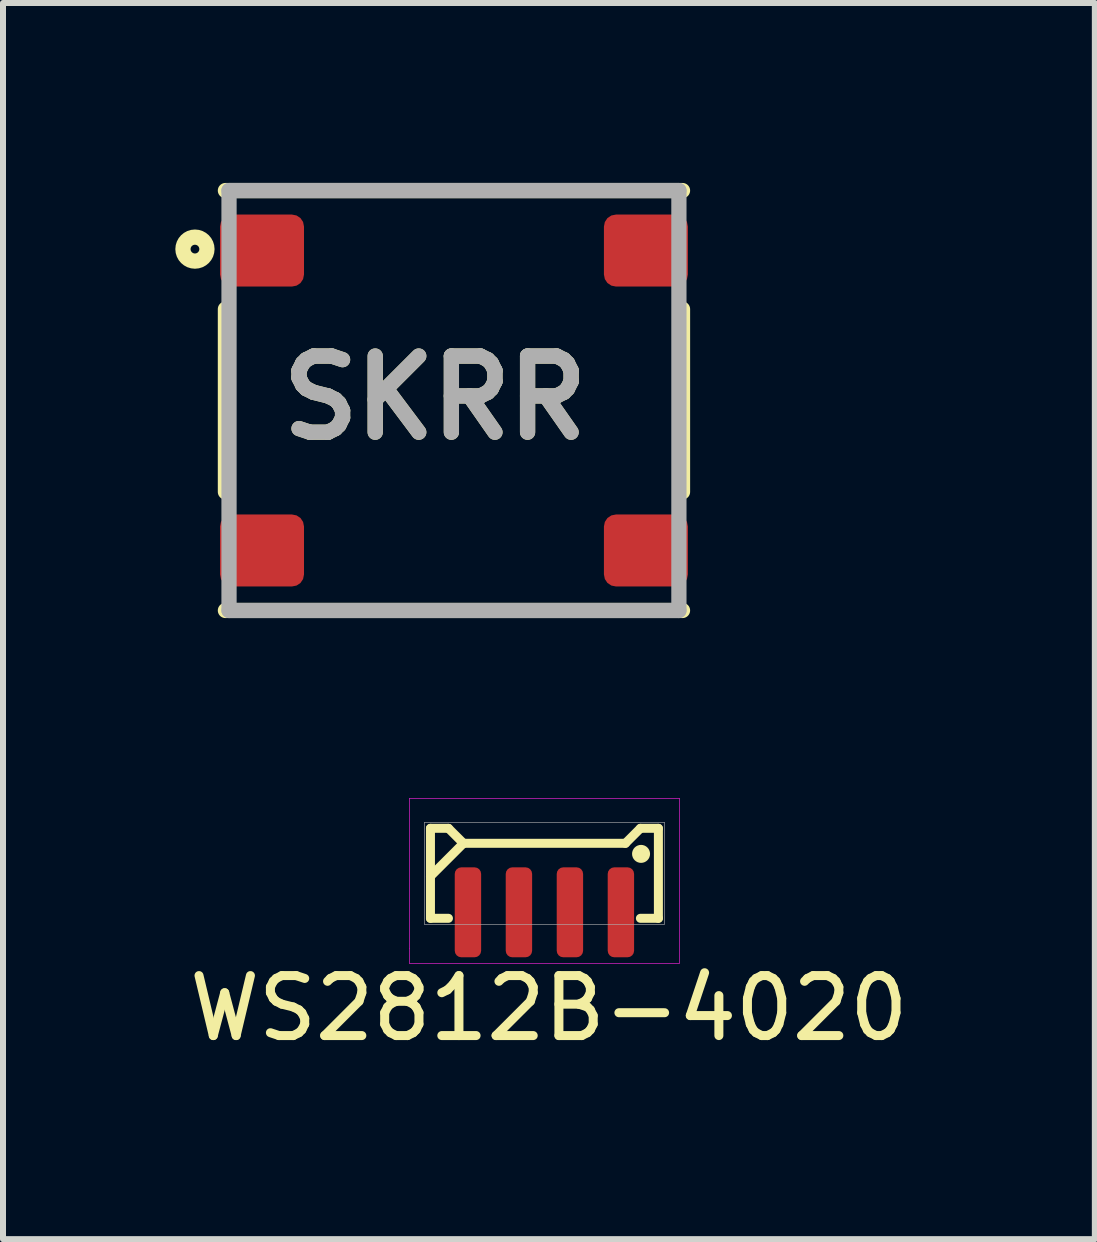
<source format=kicad_pcb>
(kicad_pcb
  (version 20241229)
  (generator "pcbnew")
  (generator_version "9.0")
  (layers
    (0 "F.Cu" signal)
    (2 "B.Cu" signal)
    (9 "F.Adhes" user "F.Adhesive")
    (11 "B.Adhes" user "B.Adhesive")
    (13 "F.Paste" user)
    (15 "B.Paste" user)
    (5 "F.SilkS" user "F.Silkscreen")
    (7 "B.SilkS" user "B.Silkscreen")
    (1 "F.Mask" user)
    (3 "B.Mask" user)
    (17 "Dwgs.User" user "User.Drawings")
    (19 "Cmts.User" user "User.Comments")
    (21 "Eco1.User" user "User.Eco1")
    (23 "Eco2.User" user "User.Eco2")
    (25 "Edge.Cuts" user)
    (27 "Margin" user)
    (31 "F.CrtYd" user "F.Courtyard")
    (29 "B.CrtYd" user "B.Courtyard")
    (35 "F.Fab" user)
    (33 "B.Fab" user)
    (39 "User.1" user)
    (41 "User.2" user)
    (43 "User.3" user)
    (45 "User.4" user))
  (footprint "SKRR"
    (layer "F.Cu")
    (at 4.518 3.627)
    (property "Reference" "SKRR" (at -0.315 -0.046 0) (layer "F.SilkS") (effects (font (size 1.27 1.27) (thickness 0.254))))
    (attr smd)
    (fp_line (start -3.81 1.524) (end -3.81 -1.524) (stroke (width 0.254) (type solid)) (layer "F.SilkS"))
    (fp_line (start -3.81 3.5) (end 3.81 3.5) (stroke (width 0.254) (type solid)) (layer "F.SilkS"))
    (fp_line (start 3.81 -3.5) (end -3.81 -3.5) (stroke (width 0.254) (type solid)) (layer "F.SilkS"))
    (fp_line (start 3.81 1.524) (end 3.81 -1.524) (stroke (width 0.254) (type solid)) (layer "F.SilkS"))
    (fp_circle (center -4.318 -2.524) (end -4.318 -2.451) (stroke (width 0.254) (type solid)) (fill no) (layer "F.SilkS"))
    (fp_line (start -3.75 -3.5) (end 3.75 -3.5) (stroke (width 0.254) (type solid)) (layer "F.Fab"))
    (fp_line (start -3.75 3.5) (end -3.75 -3.5) (stroke (width 0.254) (type solid)) (layer "F.Fab"))
    (fp_line (start 3.75 -3.5) (end 3.75 3.5) (stroke (width 0.254) (type solid)) (layer "F.Fab"))
    (fp_line (start 3.75 3.5) (end -3.75 3.5) (stroke (width 0.254) (type solid)) (layer "F.Fab"))
    (fp_text user "${REFERENCE}" (at -0.315 -0.046 0) (layer "F.Fab") (effects (font (size 1.27 1.27) (thickness 0.254))))
    (pad "1" smd roundrect (at -3.2 -2.5) (size 1.4 1.2) (layers "F.Cu" "F.Mask" "F.Paste") (roundrect_rratio 0.167))
    (pad "2" smd roundrect (at -3.2 2.5) (size 1.4 1.2) (layers "F.Cu" "F.Mask" "F.Paste") (roundrect_rratio 0.167))
    (pad "3" smd roundrect (at 3.2 -2.5) (size 1.4 1.2) (layers "F.Cu" "F.Mask" "F.Paste") (roundrect_rratio 0.167))
    (pad "4" smd roundrect (at 3.2 2.5) (size 1.4 1.2) (layers "F.Cu" "F.Mask" "F.Paste") (roundrect_rratio 0.167)))
  (footprint "WS2812B-4020"
    (layer "F.Cu")
    (at 6.026 11.509)
    (property "Reference" "WS2812B-4020" (at 0.075 2.25 0) (unlocked yes) (layer "F.SilkS") (effects (font (size 1 1) (thickness 0.15))))
    (attr smd)
    (fp_line (start -1.9 -0.75) (end -1.6 -0.75) (stroke (width 0.15) (type solid)) (layer "F.SilkS"))
    (fp_line (start -1.9 0.75) (end -1.9 -0.75) (stroke (width 0.15) (type solid)) (layer "F.SilkS"))
    (fp_line (start -1.9 0.75) (end -1.6 0.75) (stroke (width 0.15) (type solid)) (layer "F.SilkS"))
    (fp_line (start -1.6 -0.75) (end -1.35 -0.5) (stroke (width 0.15) (type solid)) (layer "F.SilkS"))
    (fp_line (start -1.35 -0.5) (end -1.9 0.05) (stroke (width 0.15) (type solid)) (layer "F.SilkS"))
    (fp_line (start -1.35 -0.5) (end 1.35 -0.5) (stroke (width 0.15) (type solid)) (layer "F.SilkS"))
    (fp_line (start 1.6 -0.75) (end 1.35 -0.5) (stroke (width 0.15) (type solid)) (layer "F.SilkS"))
    (fp_line (start 1.9 -0.75) (end 1.6 -0.75) (stroke (width 0.15) (type solid)) (layer "F.SilkS"))
    (fp_line (start 1.9 -0.75) (end 1.9 0.75) (stroke (width 0.15) (type solid)) (layer "F.SilkS"))
    (fp_line (start 1.9 0.75) (end 1.6 0.75) (stroke (width 0.15) (type solid)) (layer "F.SilkS"))
    (fp_circle (center 1.611 -0.324) (end 1.686 -0.324) (stroke (width 0.15) (type solid)) (fill no) (layer "F.SilkS"))
    (fp_line (start -2.25 -1.25) (end -2.25 1.25) (stroke (width 0.01) (type solid)) (layer "F.CrtYd"))
    (fp_line (start -2.25 1.25) (end -2.25 1.5) (stroke (width 0.01) (type solid)) (layer "F.CrtYd"))
    (fp_line (start -2.25 1.5) (end 2.25 1.5) (stroke (width 0.01) (type solid)) (layer "F.CrtYd"))
    (fp_line (start 2.25 -1.25) (end -2.25 -1.25) (stroke (width 0.01) (type solid)) (layer "F.CrtYd"))
    (fp_line (start 2.25 1.5) (end 2.25 -1.25) (stroke (width 0.01) (type solid)) (layer "F.CrtYd"))
    (fp_line (start -2 -0.85) (end -2 0.85) (stroke (width 0.01) (type solid)) (layer "F.Fab"))
    (fp_line (start -2 0.85) (end 2 0.85) (stroke (width 0.01) (type solid)) (layer "F.Fab"))
    (fp_line (start 2 -0.85) (end -2 -0.85) (stroke (width 0.01) (type solid)) (layer "F.Fab"))
    (fp_line (start 2 0.85) (end 2 -0.85) (stroke (width 0.01) (type solid)) (layer "F.Fab"))
    (pad "G" smd roundrect (at -1.275 0.65) (size 0.44 1.5) (layers "F.Cu" "F.Mask" "F.Paste") (roundrect_rratio 0.25))
    (pad "I" smd roundrect (at 1.275 0.65) (size 0.44 1.5) (layers "F.Cu" "F.Mask" "F.Paste") (roundrect_rratio 0.25))
    (pad "O" smd roundrect (at -0.425 0.65) (size 0.44 1.5) (layers "F.Cu" "F.Mask" "F.Paste") (roundrect_rratio 0.25))
    (pad "V" smd roundrect (at 0.425 0.65) (size 0.44 1.5) (layers "F.Cu" "F.Mask" "F.Paste") (roundrect_rratio 0.25)))
  (gr_rect
    (start -3 -3)
    (end 15.202 17.607)
    (stroke (width 0.1) (type default))
    (fill no)
    (layer "Edge.Cuts")))
</source>
